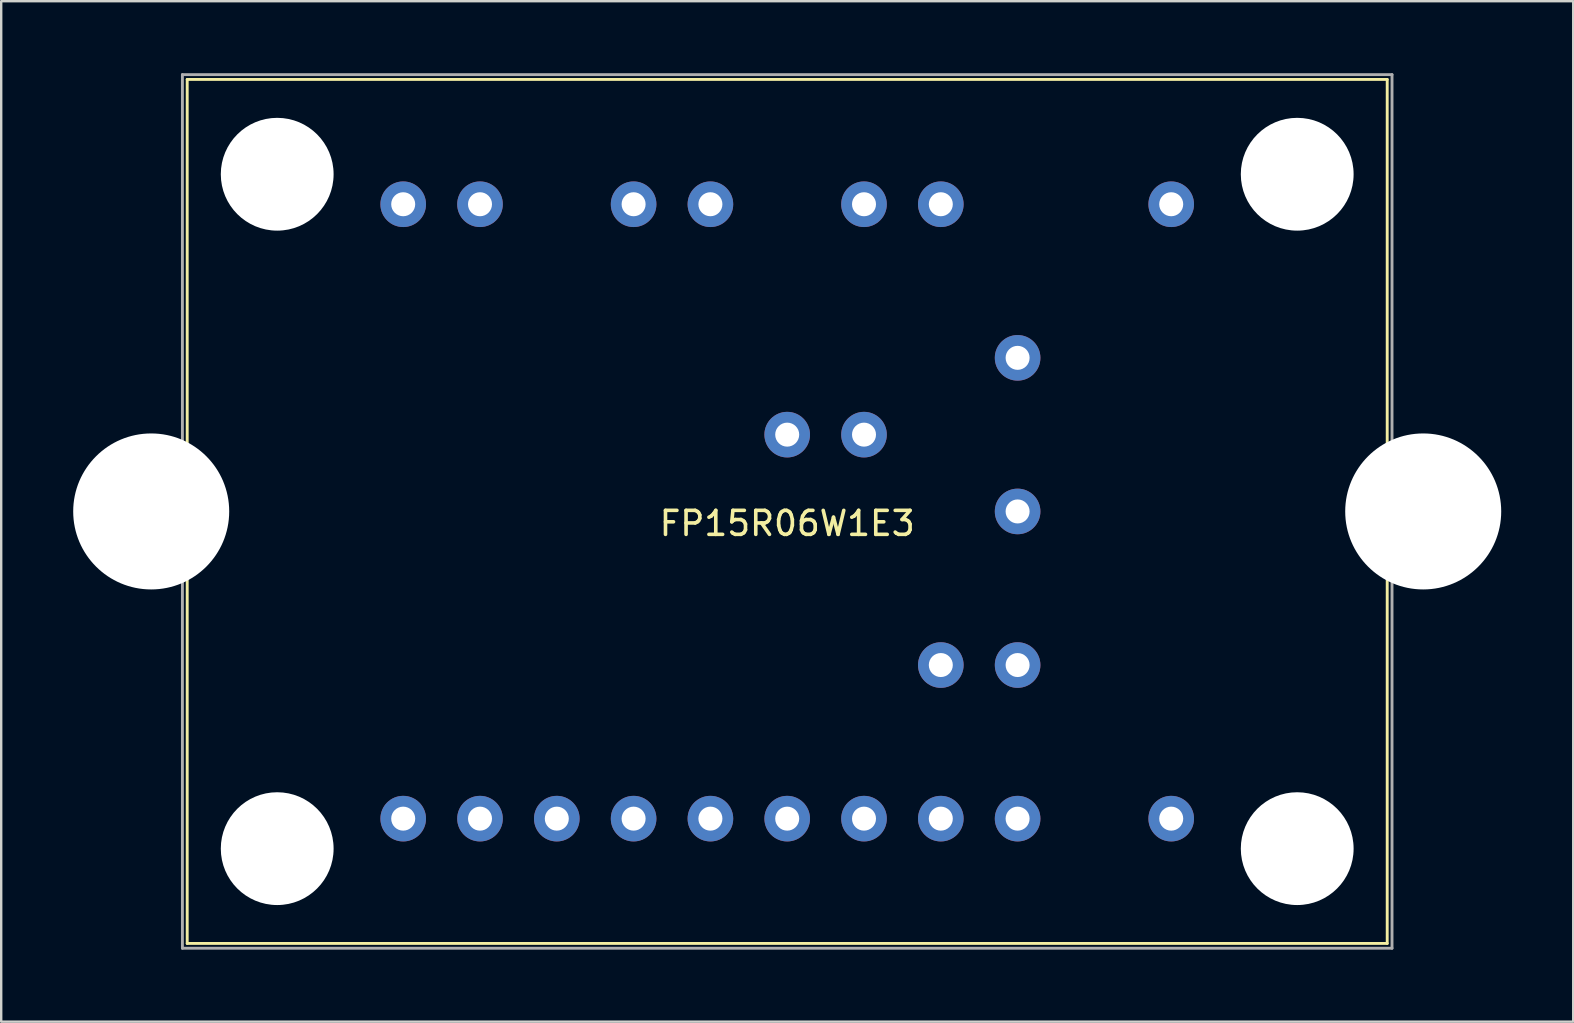
<source format=kicad_pcb>
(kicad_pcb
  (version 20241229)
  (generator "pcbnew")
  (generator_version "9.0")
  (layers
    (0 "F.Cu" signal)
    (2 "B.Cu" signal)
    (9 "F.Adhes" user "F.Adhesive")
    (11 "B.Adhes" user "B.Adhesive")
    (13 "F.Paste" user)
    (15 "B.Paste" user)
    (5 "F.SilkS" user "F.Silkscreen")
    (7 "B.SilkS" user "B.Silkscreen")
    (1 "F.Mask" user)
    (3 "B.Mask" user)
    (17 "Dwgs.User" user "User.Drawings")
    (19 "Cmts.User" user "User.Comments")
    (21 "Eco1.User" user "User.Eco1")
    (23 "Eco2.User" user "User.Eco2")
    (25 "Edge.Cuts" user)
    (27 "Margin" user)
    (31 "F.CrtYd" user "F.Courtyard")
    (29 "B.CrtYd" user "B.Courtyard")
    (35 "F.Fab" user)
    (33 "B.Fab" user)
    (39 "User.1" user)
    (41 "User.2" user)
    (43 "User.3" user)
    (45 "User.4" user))
  (footprint "FP15R06W1E3"
    (layer "F.Cu")
    (at 29.75 18.26)
    (property "Reference" "FP15R06W1E3" (at 0 0.5 0) (layer "F.SilkS") (effects (font (size 1 1) (thickness 0.15))))
    (attr through_hole)
    (fp_line (start -25 -18) (end 25 -18) (stroke (width 0.12) (type solid)) (layer "F.SilkS"))
    (fp_line (start -25 18) (end -25 -18) (stroke (width 0.12) (type solid)) (layer "F.SilkS"))
    (fp_line (start 25 -18) (end 25 18) (stroke (width 0.12) (type solid)) (layer "F.SilkS"))
    (fp_line (start 25 18) (end -25 18) (stroke (width 0.12) (type solid)) (layer "F.SilkS"))
    (fp_line (start -25.2 -18.2) (end 25.2 -18.2) (stroke (width 0.12) (type solid)) (layer "F.Fab"))
    (fp_line (start -25.2 18.2) (end -25.2 -18.2) (stroke (width 0.12) (type solid)) (layer "F.Fab"))
    (fp_line (start 25.2 -18.2) (end 25.2 18.2) (stroke (width 0.12) (type solid)) (layer "F.Fab"))
    (fp_line (start 25.2 18.2) (end -25.2 18.2) (stroke (width 0.12) (type solid)) (layer "F.Fab"))
    (pad "" np_thru_hole circle (at -26.5 0) (size 6.5 6.5) (drill 6.5) (layers "*.Cu" "*.Mask"))
    (pad "" np_thru_hole circle (at -21.25 -14.05) (size 4.7 4.7) (drill 4.7) (layers "*.Cu" "*.Mask"))
    (pad "" np_thru_hole circle (at -21.25 14.05) (size 4.7 4.7) (drill 4.7) (layers "*.Cu" "*.Mask"))
    (pad "" np_thru_hole circle (at 21.25 -14.05) (size 4.7 4.7) (drill 4.7) (layers "*.Cu" "*.Mask"))
    (pad "" np_thru_hole circle (at 21.25 14.05) (size 4.7 4.7) (drill 4.7) (layers "*.Cu" "*.Mask"))
    (pad "" np_thru_hole circle (at 26.5 0) (size 6.5 6.5) (drill 6.5) (layers "*.Cu" "*.Mask"))
    (pad "1" thru_hole circle (at -16 12.8) (size 1.9 1.9) (drill 1) (layers "*.Cu" "*.Mask"))
    (pad "2" thru_hole circle (at -12.8 12.8) (size 1.9 1.9) (drill 1) (layers "*.Cu" "*.Mask"))
    (pad "3" thru_hole circle (at -9.6 12.8) (size 1.9 1.9) (drill 1) (layers "*.Cu" "*.Mask"))
    (pad "4" thru_hole circle (at -6.4 12.8) (size 1.9 1.9) (drill 1) (layers "*.Cu" "*.Mask"))
    (pad "5" thru_hole circle (at -3.2 12.8) (size 1.9 1.9) (drill 1) (layers "*.Cu" "*.Mask"))
    (pad "6" thru_hole circle (at 0 12.8) (size 1.9 1.9) (drill 1) (layers "*.Cu" "*.Mask"))
    (pad "7" thru_hole circle (at 3.2 12.8) (size 1.9 1.9) (drill 1) (layers "*.Cu" "*.Mask"))
    (pad "8" thru_hole circle (at 6.4 12.8) (size 1.9 1.9) (drill 1) (layers "*.Cu" "*.Mask"))
    (pad "9" thru_hole circle (at 9.6 12.8) (size 1.9 1.9) (drill 1) (layers "*.Cu" "*.Mask"))
    (pad "10" thru_hole circle (at 16 12.8) (size 1.9 1.9) (drill 1) (layers "*.Cu" "*.Mask"))
    (pad "11" thru_hole circle (at 6.4 6.4) (size 1.9 1.9) (drill 1) (layers "*.Cu" "*.Mask"))
    (pad "12" thru_hole circle (at 9.6 6.4) (size 1.9 1.9) (drill 1) (layers "*.Cu" "*.Mask"))
    (pad "13" thru_hole circle (at 9.6 0) (size 1.9 1.9) (drill 1) (layers "*.Cu" "*.Mask"))
    (pad "14" thru_hole circle (at 0 -3.2) (size 1.9 1.9) (drill 1) (layers "*.Cu" "*.Mask"))
    (pad "15" thru_hole circle (at 3.2 -3.2) (size 1.9 1.9) (drill 1) (layers "*.Cu" "*.Mask"))
    (pad "16" thru_hole circle (at 9.6 -6.4) (size 1.9 1.9) (drill 1) (layers "*.Cu" "*.Mask"))
    (pad "17" thru_hole circle (at 16 -12.8) (size 1.9 1.9) (drill 1) (layers "*.Cu" "*.Mask"))
    (pad "18" thru_hole circle (at 6.4 -12.8) (size 1.9 1.9) (drill 1) (layers "*.Cu" "*.Mask"))
    (pad "19" thru_hole circle (at 3.2 -12.8) (size 1.9 1.9) (drill 1) (layers "*.Cu" "*.Mask"))
    (pad "20" thru_hole circle (at -3.2 -12.8) (size 1.9 1.9) (drill 1) (layers "*.Cu" "*.Mask"))
    (pad "21" thru_hole circle (at -6.4 -12.8) (size 1.9 1.9) (drill 1) (layers "*.Cu" "*.Mask"))
    (pad "22" thru_hole circle (at -12.8 -12.8) (size 1.9 1.9) (drill 1) (layers "*.Cu" "*.Mask"))
    (pad "23" thru_hole circle (at -16 -12.8) (size 1.9 1.9) (drill 1) (layers "*.Cu" "*.Mask")))
  (gr_rect
    (start -3 -3)
    (end 62.5 39.52)
    (stroke (width 0.1) (type default))
    (fill no)
    (layer "Edge.Cuts")))
</source>
